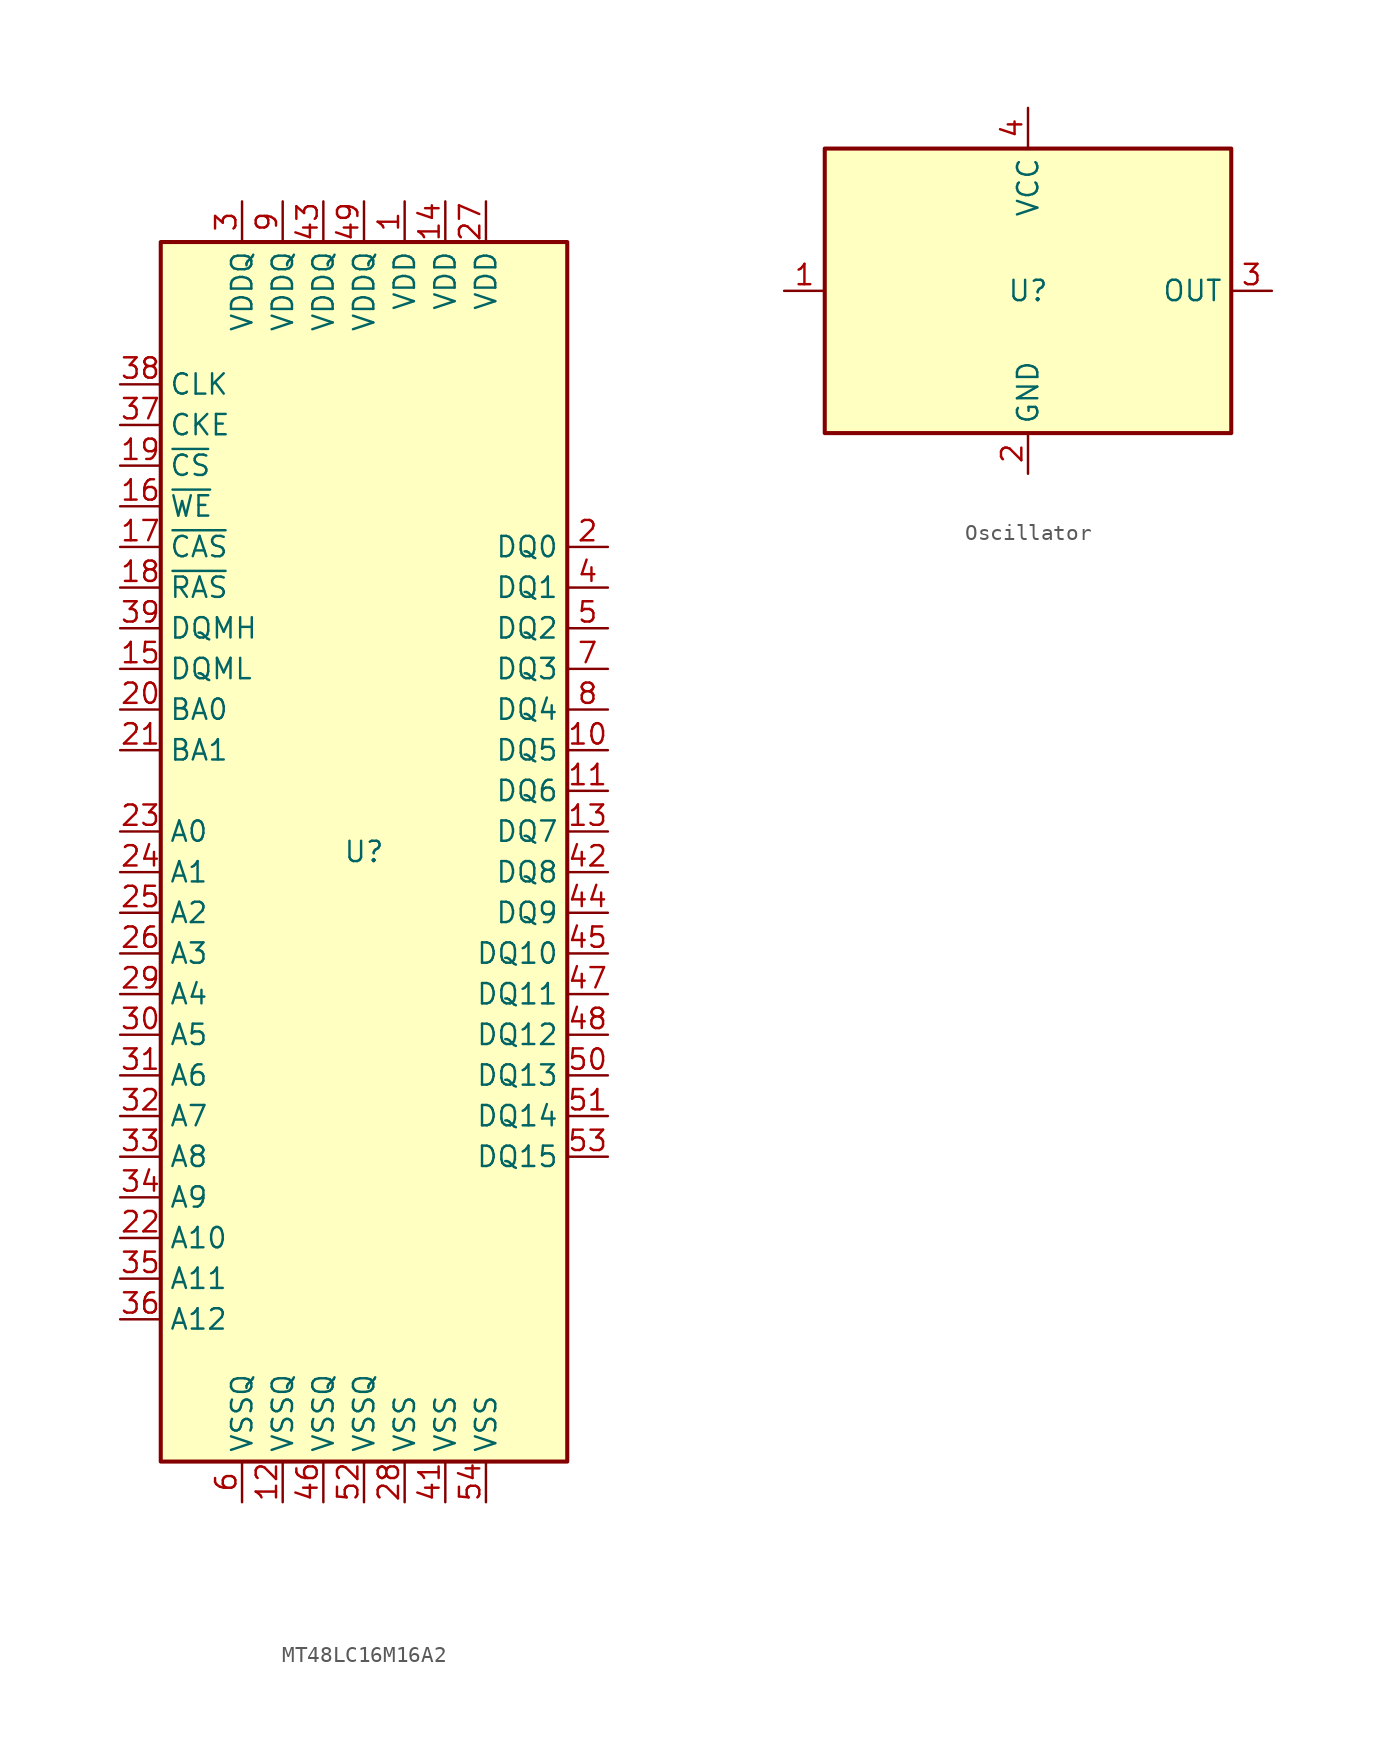
<source format=kicad_sym>
(kicad_symbol_lib
  (version 20241209)
  (generator "kicad_symbol_editor")
  (generator_version "9.0")
  (symbol "MT48LC16M16A2"
    (property "Reference" "U"
      (at 0 0 0)
      (effects (font (size 1.27 1.27))))
    (property "Value" ""
      (at 0 0 0)
      (effects (font (size 1.27 1.27))))
    (symbol "MT48LC16M16A2_1_1"
      (rectangle (start -12.7 38.1) (end 12.7 -38.1) (stroke (width 0.254) (type solid)) (fill (type background)))
      (pin input line (at -15.24 29.21 0) (length 2.54) (name "CLK" (effects (font (size 1.27 1.27)))) (number "38" (effects (font (size 1.27 1.27)))))
      (pin input line (at -15.24 26.67 0) (length 2.54) (name "CKE" (effects (font (size 1.27 1.27)))) (number "37" (effects (font (size 1.27 1.27)))))
      (pin input line (at -15.24 24.13 0) (length 2.54) (name "~{CS}" (effects (font (size 1.27 1.27)))) (number "19" (effects (font (size 1.27 1.27)))))
      (pin input line (at -15.24 21.59 0) (length 2.54) (name "~{WE}" (effects (font (size 1.27 1.27)))) (number "16" (effects (font (size 1.27 1.27)))))
      (pin input line (at -15.24 19.05 0) (length 2.54) (name "~{CAS}" (effects (font (size 1.27 1.27)))) (number "17" (effects (font (size 1.27 1.27)))))
      (pin input line (at -15.24 16.51 0) (length 2.54) (name "~{RAS}" (effects (font (size 1.27 1.27)))) (number "18" (effects (font (size 1.27 1.27)))))
      (pin input line (at -15.24 13.97 0) (length 2.54) (name "DQMH" (effects (font (size 1.27 1.27)))) (number "39" (effects (font (size 1.27 1.27)))))
      (pin input line (at -15.24 11.43 0) (length 2.54) (name "DQML" (effects (font (size 1.27 1.27)))) (number "15" (effects (font (size 1.27 1.27)))))
      (pin input line (at -15.24 8.89 0) (length 2.54) (name "BA0" (effects (font (size 1.27 1.27)))) (number "20" (effects (font (size 1.27 1.27)))))
      (pin input line (at -15.24 6.35 0) (length 2.54) (name "BA1" (effects (font (size 1.27 1.27)))) (number "21" (effects (font (size 1.27 1.27)))))
      (pin input line (at -15.24 1.27 0) (length 2.54) (name "A0" (effects (font (size 1.27 1.27)))) (number "23" (effects (font (size 1.27 1.27)))))
      (pin input line (at -15.24 -1.27 0) (length 2.54) (name "A1" (effects (font (size 1.27 1.27)))) (number "24" (effects (font (size 1.27 1.27)))))
      (pin input line (at -15.24 -3.81 0) (length 2.54) (name "A2" (effects (font (size 1.27 1.27)))) (number "25" (effects (font (size 1.27 1.27)))))
      (pin input line (at -15.24 -6.35 0) (length 2.54) (name "A3" (effects (font (size 1.27 1.27)))) (number "26" (effects (font (size 1.27 1.27)))))
      (pin input line (at -15.24 -8.89 0) (length 2.54) (name "A4" (effects (font (size 1.27 1.27)))) (number "29" (effects (font (size 1.27 1.27)))))
      (pin input line (at -15.24 -11.43 0) (length 2.54) (name "A5" (effects (font (size 1.27 1.27)))) (number "30" (effects (font (size 1.27 1.27)))))
      (pin input line (at -15.24 -13.97 0) (length 2.54) (name "A6" (effects (font (size 1.27 1.27)))) (number "31" (effects (font (size 1.27 1.27)))))
      (pin input line (at -15.24 -16.51 0) (length 2.54) (name "A7" (effects (font (size 1.27 1.27)))) (number "32" (effects (font (size 1.27 1.27)))))
      (pin input line (at -15.24 -19.05 0) (length 2.54) (name "A8" (effects (font (size 1.27 1.27)))) (number "33" (effects (font (size 1.27 1.27)))))
      (pin input line (at -15.24 -21.59 0) (length 2.54) (name "A9" (effects (font (size 1.27 1.27)))) (number "34" (effects (font (size 1.27 1.27)))))
      (pin input line (at -15.24 -24.13 0) (length 2.54) (name "A10" (effects (font (size 1.27 1.27)))) (number "22" (effects (font (size 1.27 1.27)))))
      (pin input line (at -15.24 -26.67 0) (length 2.54) (name "A11" (effects (font (size 1.27 1.27)))) (number "35" (effects (font (size 1.27 1.27)))))
      (pin input line (at -15.24 -29.21 0) (length 2.54) (name "A12" (effects (font (size 1.27 1.27)))) (number "36" (effects (font (size 1.27 1.27)))))
      (pin power_in line (at -7.62 40.64 270) (length 2.54) (name "VDDQ" (effects (font (size 1.27 1.27)))) (number "3" (effects (font (size 1.27 1.27)))))
      (pin power_in line (at -7.62 -40.64 90) (length 2.54) (name "VSSQ" (effects (font (size 1.27 1.27)))) (number "6" (effects (font (size 1.27 1.27)))))
      (pin power_in line (at -5.08 40.64 270) (length 2.54) (name "VDDQ" (effects (font (size 1.27 1.27)))) (number "9" (effects (font (size 1.27 1.27)))))
      (pin power_in line (at -5.08 -40.64 90) (length 2.54) (name "VSSQ" (effects (font (size 1.27 1.27)))) (number "12" (effects (font (size 1.27 1.27)))))
      (pin power_in line (at -2.54 40.64 270) (length 2.54) (name "VDDQ" (effects (font (size 1.27 1.27)))) (number "43" (effects (font (size 1.27 1.27)))))
      (pin power_in line (at -2.54 -40.64 90) (length 2.54) (name "VSSQ" (effects (font (size 1.27 1.27)))) (number "46" (effects (font (size 1.27 1.27)))))
      (pin power_in line (at 0 40.64 270) (length 2.54) (name "VDDQ" (effects (font (size 1.27 1.27)))) (number "49" (effects (font (size 1.27 1.27)))))
      (pin power_in line (at 0 -40.64 90) (length 2.54) (name "VSSQ" (effects (font (size 1.27 1.27)))) (number "52" (effects (font (size 1.27 1.27)))))
      (pin power_in line (at 2.54 40.64 270) (length 2.54) (name "VDD" (effects (font (size 1.27 1.27)))) (number "1" (effects (font (size 1.27 1.27)))))
      (pin power_in line (at 2.54 -40.64 90) (length 2.54) (name "VSS" (effects (font (size 1.27 1.27)))) (number "28" (effects (font (size 1.27 1.27)))))
      (pin power_in line (at 5.08 40.64 270) (length 2.54) (name "VDD" (effects (font (size 1.27 1.27)))) (number "14" (effects (font (size 1.27 1.27)))))
      (pin power_in line (at 5.08 -40.64 90) (length 2.54) (name "VSS" (effects (font (size 1.27 1.27)))) (number "41" (effects (font (size 1.27 1.27)))))
      (pin power_in line (at 7.62 40.64 270) (length 2.54) (name "VDD" (effects (font (size 1.27 1.27)))) (number "27" (effects (font (size 1.27 1.27)))))
      (pin power_in line (at 7.62 -40.64 90) (length 2.54) (name "VSS" (effects (font (size 1.27 1.27)))) (number "54" (effects (font (size 1.27 1.27)))))
      (pin bidirectional line (at 15.24 19.05 180) (length 2.54) (name "DQ0" (effects (font (size 1.27 1.27)))) (number "2" (effects (font (size 1.27 1.27)))))
      (pin bidirectional line (at 15.24 16.51 180) (length 2.54) (name "DQ1" (effects (font (size 1.27 1.27)))) (number "4" (effects (font (size 1.27 1.27)))))
      (pin bidirectional line (at 15.24 13.97 180) (length 2.54) (name "DQ2" (effects (font (size 1.27 1.27)))) (number "5" (effects (font (size 1.27 1.27)))))
      (pin bidirectional line (at 15.24 11.43 180) (length 2.54) (name "DQ3" (effects (font (size 1.27 1.27)))) (number "7" (effects (font (size 1.27 1.27)))))
      (pin bidirectional line (at 15.24 8.89 180) (length 2.54) (name "DQ4" (effects (font (size 1.27 1.27)))) (number "8" (effects (font (size 1.27 1.27)))))
      (pin bidirectional line (at 15.24 6.35 180) (length 2.54) (name "DQ5" (effects (font (size 1.27 1.27)))) (number "10" (effects (font (size 1.27 1.27)))))
      (pin bidirectional line (at 15.24 3.81 180) (length 2.54) (name "DQ6" (effects (font (size 1.27 1.27)))) (number "11" (effects (font (size 1.27 1.27)))))
      (pin bidirectional line (at 15.24 1.27 180) (length 2.54) (name "DQ7" (effects (font (size 1.27 1.27)))) (number "13" (effects (font (size 1.27 1.27)))))
      (pin bidirectional line (at 15.24 -1.27 180) (length 2.54) (name "DQ8" (effects (font (size 1.27 1.27)))) (number "42" (effects (font (size 1.27 1.27)))))
      (pin bidirectional line (at 15.24 -3.81 180) (length 2.54) (name "DQ9" (effects (font (size 1.27 1.27)))) (number "44" (effects (font (size 1.27 1.27)))))
      (pin bidirectional line (at 15.24 -6.35 180) (length 2.54) (name "DQ10" (effects (font (size 1.27 1.27)))) (number "45" (effects (font (size 1.27 1.27)))))
      (pin bidirectional line (at 15.24 -8.89 180) (length 2.54) (name "DQ11" (effects (font (size 1.27 1.27)))) (number "47" (effects (font (size 1.27 1.27)))))
      (pin bidirectional line (at 15.24 -11.43 180) (length 2.54) (name "DQ12" (effects (font (size 1.27 1.27)))) (number "48" (effects (font (size 1.27 1.27)))))
      (pin bidirectional line (at 15.24 -13.97 180) (length 2.54) (name "DQ13" (effects (font (size 1.27 1.27)))) (number "50" (effects (font (size 1.27 1.27)))))
      (pin bidirectional line (at 15.24 -16.51 180) (length 2.54) (name "DQ14" (effects (font (size 1.27 1.27)))) (number "51" (effects (font (size 1.27 1.27)))))
      (pin bidirectional line (at 15.24 -19.05 180) (length 2.54) (name "DQ15" (effects (font (size 1.27 1.27)))) (number "53" (effects (font (size 1.27 1.27)))))))
  (symbol "Oscillator"
    (property "Reference" "U"
      (at 0 0 0)
      (effects (font (size 1.27 1.27))))
    (property "Value" ""
      (at 0 0 0)
      (effects (font (size 1.27 1.27))))
    (symbol "Oscillator_1_1"
      (rectangle (start -12.7 8.89) (end 12.7 -8.89) (stroke (width 0.254) (type solid)) (fill (type background)))
      (pin passive line (at -15.24 0 0) (length 2.54) (name "" (effects (font (size 1.27 1.27)))) (number "1" (effects (font (size 1.27 1.27)))))
      (pin power_in line (at 0 11.43 270) (length 2.54) (name "VCC" (effects (font (size 1.27 1.27)))) (number "4" (effects (font (size 1.27 1.27)))))
      (pin power_in line (at 0 -11.43 90) (length 2.54) (name "GND" (effects (font (size 1.27 1.27)))) (number "2" (effects (font (size 1.27 1.27)))))
      (pin output line (at 15.24 0 180) (length 2.54) (name "OUT" (effects (font (size 1.27 1.27)))) (number "3" (effects (font (size 1.27 1.27))))))))
</source>
